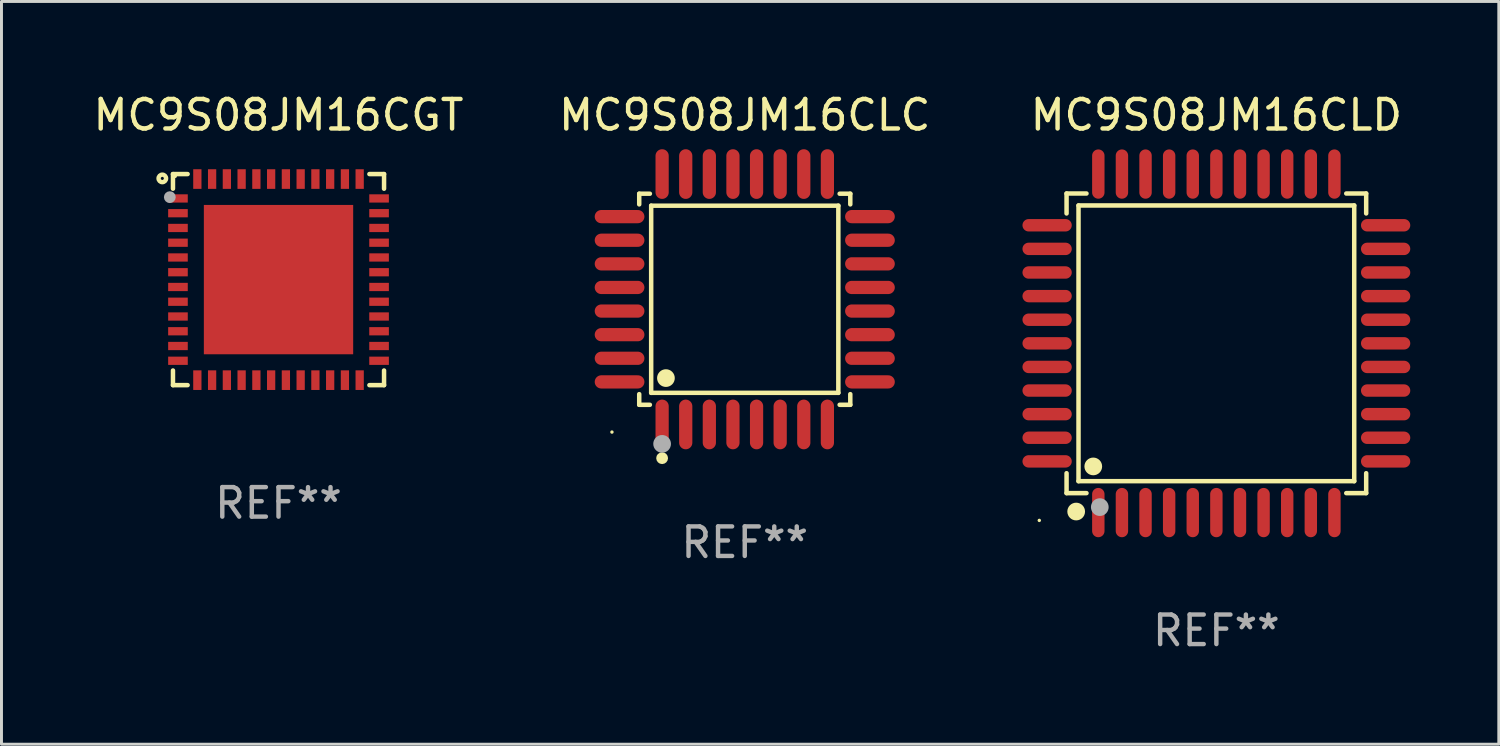
<source format=kicad_pcb>
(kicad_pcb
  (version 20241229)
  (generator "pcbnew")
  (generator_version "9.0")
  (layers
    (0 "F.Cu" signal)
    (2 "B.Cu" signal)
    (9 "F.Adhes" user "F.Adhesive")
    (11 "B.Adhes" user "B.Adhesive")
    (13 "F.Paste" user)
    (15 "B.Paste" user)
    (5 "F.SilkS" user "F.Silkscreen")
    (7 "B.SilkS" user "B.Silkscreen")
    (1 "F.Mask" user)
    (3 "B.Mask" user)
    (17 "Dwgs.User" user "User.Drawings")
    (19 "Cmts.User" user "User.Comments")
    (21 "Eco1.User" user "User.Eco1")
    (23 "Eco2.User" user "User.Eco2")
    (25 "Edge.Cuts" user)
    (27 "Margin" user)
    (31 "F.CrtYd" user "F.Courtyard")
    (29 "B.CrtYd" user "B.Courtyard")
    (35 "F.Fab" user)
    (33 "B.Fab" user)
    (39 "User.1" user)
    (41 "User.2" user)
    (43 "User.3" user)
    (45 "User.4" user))
  (footprint "MC9S08JM16CLD"
    (layer "F.Cu")
    (at 38.165 8.583)
    (property "Reference" "MC9S08JM16CLD" (at 0 -7.735 0) (layer "F.SilkS") (effects (font (size 1 1) (thickness 0.15))))
    (attr through_hole)
    (fp_line (start -5.076 -5.076) (end -4.401 -5.076) (stroke (width 0.152) (type solid)) (layer "F.SilkS"))
    (fp_line (start -5.076 -4.401) (end -5.076 -5.076) (stroke (width 0.152) (type solid)) (layer "F.SilkS"))
    (fp_line (start -5.076 4.401) (end -5.076 5.076) (stroke (width 0.152) (type solid)) (layer "F.SilkS"))
    (fp_line (start -5.076 5.076) (end -4.401 5.076) (stroke (width 0.152) (type solid)) (layer "F.SilkS"))
    (fp_line (start -4.671 -4.671) (end 4.671 -4.671) (stroke (width 0.152) (type solid)) (layer "F.SilkS"))
    (fp_line (start -4.671 4.671) (end -4.671 -4.671) (stroke (width 0.152) (type solid)) (layer "F.SilkS"))
    (fp_line (start 4.671 -4.671) (end 4.671 4.671) (stroke (width 0.152) (type solid)) (layer "F.SilkS"))
    (fp_line (start 4.671 4.671) (end -4.671 4.671) (stroke (width 0.152) (type solid)) (layer "F.SilkS"))
    (fp_line (start 5.076 -5.076) (end 4.401 -5.076) (stroke (width 0.152) (type solid)) (layer "F.SilkS"))
    (fp_line (start 5.076 -4.401) (end 5.076 -5.076) (stroke (width 0.152) (type solid)) (layer "F.SilkS"))
    (fp_line (start 5.076 4.401) (end 5.076 5.076) (stroke (width 0.152) (type solid)) (layer "F.SilkS"))
    (fp_line (start 5.076 5.076) (end 4.401 5.076) (stroke (width 0.152) (type solid)) (layer "F.SilkS"))
    (fp_circle (center -6 6) (end -5.97 6) (stroke (width 0.06) (type solid)) (fill no) (layer "F.SilkS"))
    (fp_circle (center -4.75 5.7) (end -4.6 5.7) (stroke (width 0.3) (type solid)) (fill no) (layer "F.SilkS"))
    (fp_circle (center -4.171 4.171) (end -4.021 4.171) (stroke (width 0.3) (type solid)) (fill no) (layer "F.SilkS"))
    (fp_circle (center -3.95 5.55) (end -3.8 5.55) (stroke (width 0.3) (type solid)) (fill no) (layer "F.Fab"))
    (fp_text user "REF**" (at 0 9.735 0) (layer "F.Fab") (effects (font (size 1 1) (thickness 0.15))))
    (pad "1" smd oval (at -4 5.735) (size 0.42 1.67) (layers "F.Cu" "F.Mask" "F.Paste"))
    (pad "2" smd oval (at -3.2 5.735) (size 0.42 1.67) (layers "F.Cu" "F.Mask" "F.Paste"))
    (pad "3" smd oval (at -2.4 5.735) (size 0.42 1.67) (layers "F.Cu" "F.Mask" "F.Paste"))
    (pad "4" smd oval (at -1.6 5.735) (size 0.42 1.67) (layers "F.Cu" "F.Mask" "F.Paste"))
    (pad "5" smd oval (at -0.8 5.735) (size 0.42 1.67) (layers "F.Cu" "F.Mask" "F.Paste"))
    (pad "6" smd oval (at 0 5.735) (size 0.42 1.67) (layers "F.Cu" "F.Mask" "F.Paste"))
    (pad "7" smd oval (at 0.8 5.735) (size 0.42 1.67) (layers "F.Cu" "F.Mask" "F.Paste"))
    (pad "8" smd oval (at 1.6 5.735) (size 0.42 1.67) (layers "F.Cu" "F.Mask" "F.Paste"))
    (pad "9" smd oval (at 2.4 5.735) (size 0.42 1.67) (layers "F.Cu" "F.Mask" "F.Paste"))
    (pad "10" smd oval (at 3.2 5.735) (size 0.42 1.67) (layers "F.Cu" "F.Mask" "F.Paste"))
    (pad "11" smd oval (at 4 5.735) (size 0.42 1.67) (layers "F.Cu" "F.Mask" "F.Paste"))
    (pad "12" smd oval (at 5.735 4) (size 1.67 0.42) (layers "F.Cu" "F.Mask" "F.Paste"))
    (pad "13" smd oval (at 5.735 3.2) (size 1.67 0.42) (layers "F.Cu" "F.Mask" "F.Paste"))
    (pad "14" smd oval (at 5.735 2.4) (size 1.67 0.42) (layers "F.Cu" "F.Mask" "F.Paste"))
    (pad "15" smd oval (at 5.735 1.6) (size 1.67 0.42) (layers "F.Cu" "F.Mask" "F.Paste"))
    (pad "16" smd oval (at 5.735 0.8) (size 1.67 0.42) (layers "F.Cu" "F.Mask" "F.Paste"))
    (pad "17" smd oval (at 5.735 0) (size 1.67 0.42) (layers "F.Cu" "F.Mask" "F.Paste"))
    (pad "18" smd oval (at 5.735 -0.8) (size 1.67 0.42) (layers "F.Cu" "F.Mask" "F.Paste"))
    (pad "19" smd oval (at 5.735 -1.6) (size 1.67 0.42) (layers "F.Cu" "F.Mask" "F.Paste"))
    (pad "20" smd oval (at 5.735 -2.4) (size 1.67 0.42) (layers "F.Cu" "F.Mask" "F.Paste"))
    (pad "21" smd oval (at 5.735 -3.2) (size 1.67 0.42) (layers "F.Cu" "F.Mask" "F.Paste"))
    (pad "22" smd oval (at 5.735 -4) (size 1.67 0.42) (layers "F.Cu" "F.Mask" "F.Paste"))
    (pad "23" smd oval (at 4 -5.735) (size 0.42 1.67) (layers "F.Cu" "F.Mask" "F.Paste"))
    (pad "24" smd oval (at 3.2 -5.735) (size 0.42 1.67) (layers "F.Cu" "F.Mask" "F.Paste"))
    (pad "25" smd oval (at 2.4 -5.735) (size 0.42 1.67) (layers "F.Cu" "F.Mask" "F.Paste"))
    (pad "26" smd oval (at 1.6 -5.735) (size 0.42 1.67) (layers "F.Cu" "F.Mask" "F.Paste"))
    (pad "27" smd oval (at 0.8 -5.735) (size 0.42 1.67) (layers "F.Cu" "F.Mask" "F.Paste"))
    (pad "28" smd oval (at 0 -5.735) (size 0.42 1.67) (layers "F.Cu" "F.Mask" "F.Paste"))
    (pad "29" smd oval (at -0.8 -5.735) (size 0.42 1.67) (layers "F.Cu" "F.Mask" "F.Paste"))
    (pad "30" smd oval (at -1.6 -5.735) (size 0.42 1.67) (layers "F.Cu" "F.Mask" "F.Paste"))
    (pad "31" smd oval (at -2.4 -5.735) (size 0.42 1.67) (layers "F.Cu" "F.Mask" "F.Paste"))
    (pad "32" smd oval (at -3.2 -5.735) (size 0.42 1.67) (layers "F.Cu" "F.Mask" "F.Paste"))
    (pad "33" smd oval (at -4 -5.735) (size 0.42 1.67) (layers "F.Cu" "F.Mask" "F.Paste"))
    (pad "34" smd oval (at -5.735 -4) (size 1.67 0.42) (layers "F.Cu" "F.Mask" "F.Paste"))
    (pad "35" smd oval (at -5.735 -3.2) (size 1.67 0.42) (layers "F.Cu" "F.Mask" "F.Paste"))
    (pad "36" smd oval (at -5.735 -2.4) (size 1.67 0.42) (layers "F.Cu" "F.Mask" "F.Paste"))
    (pad "37" smd oval (at -5.735 -1.6) (size 1.67 0.42) (layers "F.Cu" "F.Mask" "F.Paste"))
    (pad "38" smd oval (at -5.735 -0.8) (size 1.67 0.42) (layers "F.Cu" "F.Mask" "F.Paste"))
    (pad "39" smd oval (at -5.735 0) (size 1.67 0.42) (layers "F.Cu" "F.Mask" "F.Paste"))
    (pad "40" smd oval (at -5.735 0.8) (size 1.67 0.42) (layers "F.Cu" "F.Mask" "F.Paste"))
    (pad "41" smd oval (at -5.735 1.6) (size 1.67 0.42) (layers "F.Cu" "F.Mask" "F.Paste"))
    (pad "42" smd oval (at -5.735 2.4) (size 1.67 0.42) (layers "F.Cu" "F.Mask" "F.Paste"))
    (pad "43" smd oval (at -5.735 3.2) (size 1.67 0.42) (layers "F.Cu" "F.Mask" "F.Paste"))
    (pad "44" smd oval (at -5.735 4) (size 1.67 0.42) (layers "F.Cu" "F.Mask" "F.Paste")))
  (footprint "MC9S08JM16CLC"
    (layer "F.Cu")
    (at 22.185 7.09)
    (property "Reference" "MC9S08JM16CLC" (at 0 -6.242 0) (layer "F.SilkS") (effects (font (size 1 1) (thickness 0.15))))
    (attr through_hole)
    (fp_line (start -3.576 -3.576) (end -3.215 -3.576) (stroke (width 0.152) (type solid)) (layer "F.SilkS"))
    (fp_line (start -3.576 -3.215) (end -3.576 -3.576) (stroke (width 0.152) (type solid)) (layer "F.SilkS"))
    (fp_line (start -3.576 3.215) (end -3.576 3.576) (stroke (width 0.152) (type solid)) (layer "F.SilkS"))
    (fp_line (start -3.576 3.576) (end -3.215 3.576) (stroke (width 0.152) (type solid)) (layer "F.SilkS"))
    (fp_line (start -3.171 -3.171) (end 3.171 -3.171) (stroke (width 0.152) (type solid)) (layer "F.SilkS"))
    (fp_line (start -3.171 3.171) (end -3.171 -3.171) (stroke (width 0.152) (type solid)) (layer "F.SilkS"))
    (fp_line (start 3.171 -3.171) (end 3.171 3.171) (stroke (width 0.152) (type solid)) (layer "F.SilkS"))
    (fp_line (start 3.171 3.171) (end -3.171 3.171) (stroke (width 0.152) (type solid)) (layer "F.SilkS"))
    (fp_line (start 3.576 -3.576) (end 3.215 -3.576) (stroke (width 0.152) (type solid)) (layer "F.SilkS"))
    (fp_line (start 3.576 -3.215) (end 3.576 -3.576) (stroke (width 0.152) (type solid)) (layer "F.SilkS"))
    (fp_line (start 3.576 3.215) (end 3.576 3.576) (stroke (width 0.152) (type solid)) (layer "F.SilkS"))
    (fp_line (start 3.576 3.576) (end 3.215 3.576) (stroke (width 0.152) (type solid)) (layer "F.SilkS"))
    (fp_circle (center -4.5 4.5) (end -4.47 4.5) (stroke (width 0.06) (type solid)) (fill no) (layer "F.SilkS"))
    (fp_circle (center -2.8 5.384) (end -2.7 5.384) (stroke (width 0.2) (type solid)) (fill no) (layer "F.SilkS"))
    (fp_circle (center -2.671 2.671) (end -2.521 2.671) (stroke (width 0.3) (type solid)) (fill no) (layer "F.SilkS"))
    (fp_circle (center -2.8 4.9) (end -2.65 4.9) (stroke (width 0.3) (type solid)) (fill no) (layer "F.Fab"))
    (fp_text user "REF**" (at 0 8.242 0) (layer "F.Fab") (effects (font (size 1 1) (thickness 0.15))))
    (pad "1" smd oval (at -2.8 4.242) (size 0.448 1.684) (layers "F.Cu" "F.Mask" "F.Paste"))
    (pad "2" smd oval (at -2 4.242) (size 0.448 1.684) (layers "F.Cu" "F.Mask" "F.Paste"))
    (pad "3" smd oval (at -1.2 4.242) (size 0.448 1.684) (layers "F.Cu" "F.Mask" "F.Paste"))
    (pad "4" smd oval (at -0.4 4.242) (size 0.448 1.684) (layers "F.Cu" "F.Mask" "F.Paste"))
    (pad "5" smd oval (at 0.4 4.242) (size 0.448 1.684) (layers "F.Cu" "F.Mask" "F.Paste"))
    (pad "6" smd oval (at 1.2 4.242) (size 0.448 1.684) (layers "F.Cu" "F.Mask" "F.Paste"))
    (pad "7" smd oval (at 2 4.242) (size 0.448 1.684) (layers "F.Cu" "F.Mask" "F.Paste"))
    (pad "8" smd oval (at 2.8 4.242) (size 0.448 1.684) (layers "F.Cu" "F.Mask" "F.Paste"))
    (pad "9" smd oval (at 4.242 2.8) (size 1.684 0.448) (layers "F.Cu" "F.Mask" "F.Paste"))
    (pad "10" smd oval (at 4.242 2) (size 1.684 0.448) (layers "F.Cu" "F.Mask" "F.Paste"))
    (pad "11" smd oval (at 4.242 1.2) (size 1.684 0.448) (layers "F.Cu" "F.Mask" "F.Paste"))
    (pad "12" smd oval (at 4.242 0.4) (size 1.684 0.448) (layers "F.Cu" "F.Mask" "F.Paste"))
    (pad "13" smd oval (at 4.242 -0.4) (size 1.684 0.448) (layers "F.Cu" "F.Mask" "F.Paste"))
    (pad "14" smd oval (at 4.242 -1.2) (size 1.684 0.448) (layers "F.Cu" "F.Mask" "F.Paste"))
    (pad "15" smd oval (at 4.242 -2) (size 1.684 0.448) (layers "F.Cu" "F.Mask" "F.Paste"))
    (pad "16" smd oval (at 4.242 -2.8) (size 1.684 0.448) (layers "F.Cu" "F.Mask" "F.Paste"))
    (pad "17" smd oval (at 2.8 -4.242) (size 0.448 1.684) (layers "F.Cu" "F.Mask" "F.Paste"))
    (pad "18" smd oval (at 2 -4.242) (size 0.448 1.684) (layers "F.Cu" "F.Mask" "F.Paste"))
    (pad "19" smd oval (at 1.2 -4.242) (size 0.448 1.684) (layers "F.Cu" "F.Mask" "F.Paste"))
    (pad "20" smd oval (at 0.4 -4.242) (size 0.448 1.684) (layers "F.Cu" "F.Mask" "F.Paste"))
    (pad "21" smd oval (at -0.4 -4.242) (size 0.448 1.684) (layers "F.Cu" "F.Mask" "F.Paste"))
    (pad "22" smd oval (at -1.2 -4.242) (size 0.448 1.684) (layers "F.Cu" "F.Mask" "F.Paste"))
    (pad "23" smd oval (at -2 -4.242) (size 0.448 1.684) (layers "F.Cu" "F.Mask" "F.Paste"))
    (pad "24" smd oval (at -2.8 -4.242) (size 0.448 1.684) (layers "F.Cu" "F.Mask" "F.Paste"))
    (pad "25" smd oval (at -4.242 -2.8) (size 1.684 0.448) (layers "F.Cu" "F.Mask" "F.Paste"))
    (pad "26" smd oval (at -4.242 -2) (size 1.684 0.448) (layers "F.Cu" "F.Mask" "F.Paste"))
    (pad "27" smd oval (at -4.242 -1.2) (size 1.684 0.448) (layers "F.Cu" "F.Mask" "F.Paste"))
    (pad "28" smd oval (at -4.242 -0.4) (size 1.684 0.448) (layers "F.Cu" "F.Mask" "F.Paste"))
    (pad "29" smd oval (at -4.242 0.4) (size 1.684 0.448) (layers "F.Cu" "F.Mask" "F.Paste"))
    (pad "30" smd oval (at -4.242 1.2) (size 1.684 0.448) (layers "F.Cu" "F.Mask" "F.Paste"))
    (pad "31" smd oval (at -4.242 2) (size 1.684 0.448) (layers "F.Cu" "F.Mask" "F.Paste"))
    (pad "32" smd oval (at -4.242 2.8) (size 1.684 0.448) (layers "F.Cu" "F.Mask" "F.Paste")))
  (footprint "MC9S08JM16CGT"
    (layer "F.Cu")
    (at 6.387 6.424)
    (property "Reference" "MC9S08JM16CGT" (at 0 -5.576 0) (layer "F.SilkS") (effects (font (size 1 1) (thickness 0.15))))
    (attr through_hole)
    (fp_line (start -3.576 -3.576) (end -3.576 -3.08) (stroke (width 0.152) (type solid)) (layer "F.SilkS"))
    (fp_line (start -3.576 3.576) (end -3.576 3.08) (stroke (width 0.152) (type solid)) (layer "F.SilkS"))
    (fp_line (start -3.08 -3.576) (end -3.576 -3.576) (stroke (width 0.152) (type solid)) (layer "F.SilkS"))
    (fp_line (start -3.08 3.576) (end -3.576 3.576) (stroke (width 0.152) (type solid)) (layer "F.SilkS"))
    (fp_line (start 3.08 -3.576) (end 3.576 -3.576) (stroke (width 0.152) (type solid)) (layer "F.SilkS"))
    (fp_line (start 3.08 3.576) (end 3.576 3.576) (stroke (width 0.152) (type solid)) (layer "F.SilkS"))
    (fp_line (start 3.576 -3.576) (end 3.576 -3.08) (stroke (width 0.152) (type solid)) (layer "F.SilkS"))
    (fp_line (start 3.576 3.576) (end 3.576 3.08) (stroke (width 0.152) (type solid)) (layer "F.SilkS"))
    (fp_circle (center -3.937 -3.429) (end -3.81 -3.429) (stroke (width 0.15) (type solid)) (fill no) (layer "F.SilkS"))
    (fp_circle (center -3.5 -3.5) (end -3.47 -3.5) (stroke (width 0.06) (type solid)) (fill no) (layer "F.SilkS"))
    (fp_circle (center -3.683 -2.794) (end -3.583 -2.794) (stroke (width 0.2) (type solid)) (fill no) (layer "F.Fab"))
    (fp_text user "REF**" (at 0 7.576 0) (layer "F.Fab") (effects (font (size 1 1) (thickness 0.15))))
    (pad "1" smd rect (at -3.407 -2.75) (size 0.665 0.28) (layers "F.Cu" "F.Mask" "F.Paste"))
    (pad "2" smd rect (at -3.407 -2.25) (size 0.665 0.28) (layers "F.Cu" "F.Mask" "F.Paste"))
    (pad "3" smd rect (at -3.407 -1.75) (size 0.665 0.28) (layers "F.Cu" "F.Mask" "F.Paste"))
    (pad "4" smd rect (at -3.407 -1.25) (size 0.665 0.28) (layers "F.Cu" "F.Mask" "F.Paste"))
    (pad "5" smd rect (at -3.407 -0.75) (size 0.665 0.28) (layers "F.Cu" "F.Mask" "F.Paste"))
    (pad "6" smd rect (at -3.407 -0.25) (size 0.665 0.28) (layers "F.Cu" "F.Mask" "F.Paste"))
    (pad "7" smd rect (at -3.407 0.25) (size 0.665 0.28) (layers "F.Cu" "F.Mask" "F.Paste"))
    (pad "8" smd rect (at -3.407 0.75) (size 0.665 0.28) (layers "F.Cu" "F.Mask" "F.Paste"))
    (pad "9" smd rect (at -3.407 1.25) (size 0.665 0.28) (layers "F.Cu" "F.Mask" "F.Paste"))
    (pad "10" smd rect (at -3.407 1.75) (size 0.665 0.28) (layers "F.Cu" "F.Mask" "F.Paste"))
    (pad "11" smd rect (at -3.407 2.25) (size 0.665 0.28) (layers "F.Cu" "F.Mask" "F.Paste"))
    (pad "12" smd rect (at -3.407 2.75) (size 0.665 0.28) (layers "F.Cu" "F.Mask" "F.Paste"))
    (pad "13" smd rect (at -2.75 3.407) (size 0.28 0.665) (layers "F.Cu" "F.Mask" "F.Paste"))
    (pad "14" smd rect (at -2.25 3.407) (size 0.28 0.665) (layers "F.Cu" "F.Mask" "F.Paste"))
    (pad "15" smd rect (at -1.75 3.407) (size 0.28 0.665) (layers "F.Cu" "F.Mask" "F.Paste"))
    (pad "16" smd rect (at -1.25 3.407) (size 0.28 0.665) (layers "F.Cu" "F.Mask" "F.Paste"))
    (pad "17" smd rect (at -0.75 3.407) (size 0.28 0.665) (layers "F.Cu" "F.Mask" "F.Paste"))
    (pad "18" smd rect (at -0.25 3.407) (size 0.28 0.665) (layers "F.Cu" "F.Mask" "F.Paste"))
    (pad "19" smd rect (at 0.25 3.407) (size 0.28 0.665) (layers "F.Cu" "F.Mask" "F.Paste"))
    (pad "20" smd rect (at 0.75 3.407) (size 0.28 0.665) (layers "F.Cu" "F.Mask" "F.Paste"))
    (pad "21" smd rect (at 1.25 3.407) (size 0.28 0.665) (layers "F.Cu" "F.Mask" "F.Paste"))
    (pad "22" smd rect (at 1.75 3.407) (size 0.28 0.665) (layers "F.Cu" "F.Mask" "F.Paste"))
    (pad "23" smd rect (at 2.25 3.407) (size 0.28 0.665) (layers "F.Cu" "F.Mask" "F.Paste"))
    (pad "24" smd rect (at 2.75 3.407) (size 0.28 0.665) (layers "F.Cu" "F.Mask" "F.Paste"))
    (pad "25" smd rect (at 3.407 2.75) (size 0.665 0.28) (layers "F.Cu" "F.Mask" "F.Paste"))
    (pad "26" smd rect (at 3.407 2.25) (size 0.665 0.28) (layers "F.Cu" "F.Mask" "F.Paste"))
    (pad "27" smd rect (at 3.407 1.75) (size 0.665 0.28) (layers "F.Cu" "F.Mask" "F.Paste"))
    (pad "28" smd rect (at 3.407 1.25) (size 0.665 0.28) (layers "F.Cu" "F.Mask" "F.Paste"))
    (pad "29" smd rect (at 3.407 0.75) (size 0.665 0.28) (layers "F.Cu" "F.Mask" "F.Paste"))
    (pad "30" smd rect (at 3.407 0.25) (size 0.665 0.28) (layers "F.Cu" "F.Mask" "F.Paste"))
    (pad "31" smd rect (at 3.407 -0.25) (size 0.665 0.28) (layers "F.Cu" "F.Mask" "F.Paste"))
    (pad "32" smd rect (at 3.407 -0.75) (size 0.665 0.28) (layers "F.Cu" "F.Mask" "F.Paste"))
    (pad "33" smd rect (at 3.407 -1.25) (size 0.665 0.28) (layers "F.Cu" "F.Mask" "F.Paste"))
    (pad "34" smd rect (at 3.407 -1.75) (size 0.665 0.28) (layers "F.Cu" "F.Mask" "F.Paste"))
    (pad "35" smd rect (at 3.407 -2.25) (size 0.665 0.28) (layers "F.Cu" "F.Mask" "F.Paste"))
    (pad "36" smd rect (at 3.407 -2.75) (size 0.665 0.28) (layers "F.Cu" "F.Mask" "F.Paste"))
    (pad "37" smd rect (at 2.75 -3.407) (size 0.28 0.665) (layers "F.Cu" "F.Mask" "F.Paste"))
    (pad "38" smd rect (at 2.25 -3.407) (size 0.28 0.665) (layers "F.Cu" "F.Mask" "F.Paste"))
    (pad "39" smd rect (at 1.75 -3.407) (size 0.28 0.665) (layers "F.Cu" "F.Mask" "F.Paste"))
    (pad "40" smd rect (at 1.25 -3.407) (size 0.28 0.665) (layers "F.Cu" "F.Mask" "F.Paste"))
    (pad "41" smd rect (at 0.75 -3.407) (size 0.28 0.665) (layers "F.Cu" "F.Mask" "F.Paste"))
    (pad "42" smd rect (at 0.25 -3.407) (size 0.28 0.665) (layers "F.Cu" "F.Mask" "F.Paste"))
    (pad "43" smd rect (at -0.25 -3.407) (size 0.28 0.665) (layers "F.Cu" "F.Mask" "F.Paste"))
    (pad "44" smd rect (at -0.75 -3.407) (size 0.28 0.665) (layers "F.Cu" "F.Mask" "F.Paste"))
    (pad "45" smd rect (at -1.25 -3.407) (size 0.28 0.665) (layers "F.Cu" "F.Mask" "F.Paste"))
    (pad "46" smd rect (at -1.75 -3.407) (size 0.28 0.665) (layers "F.Cu" "F.Mask" "F.Paste"))
    (pad "47" smd rect (at -2.25 -3.407) (size 0.28 0.665) (layers "F.Cu" "F.Mask" "F.Paste"))
    (pad "48" smd rect (at -2.75 -3.407) (size 0.28 0.665) (layers "F.Cu" "F.Mask" "F.Paste"))
    (pad "49" smd rect (at 0 0) (size 5.06 5.06) (layers "F.Cu" "F.Mask" "F.Paste")))
  (gr_rect
    (start -3 -3)
    (end 47.735 22.167)
    (stroke (width 0.1) (type default))
    (fill no)
    (layer "Edge.Cuts")))
</source>
